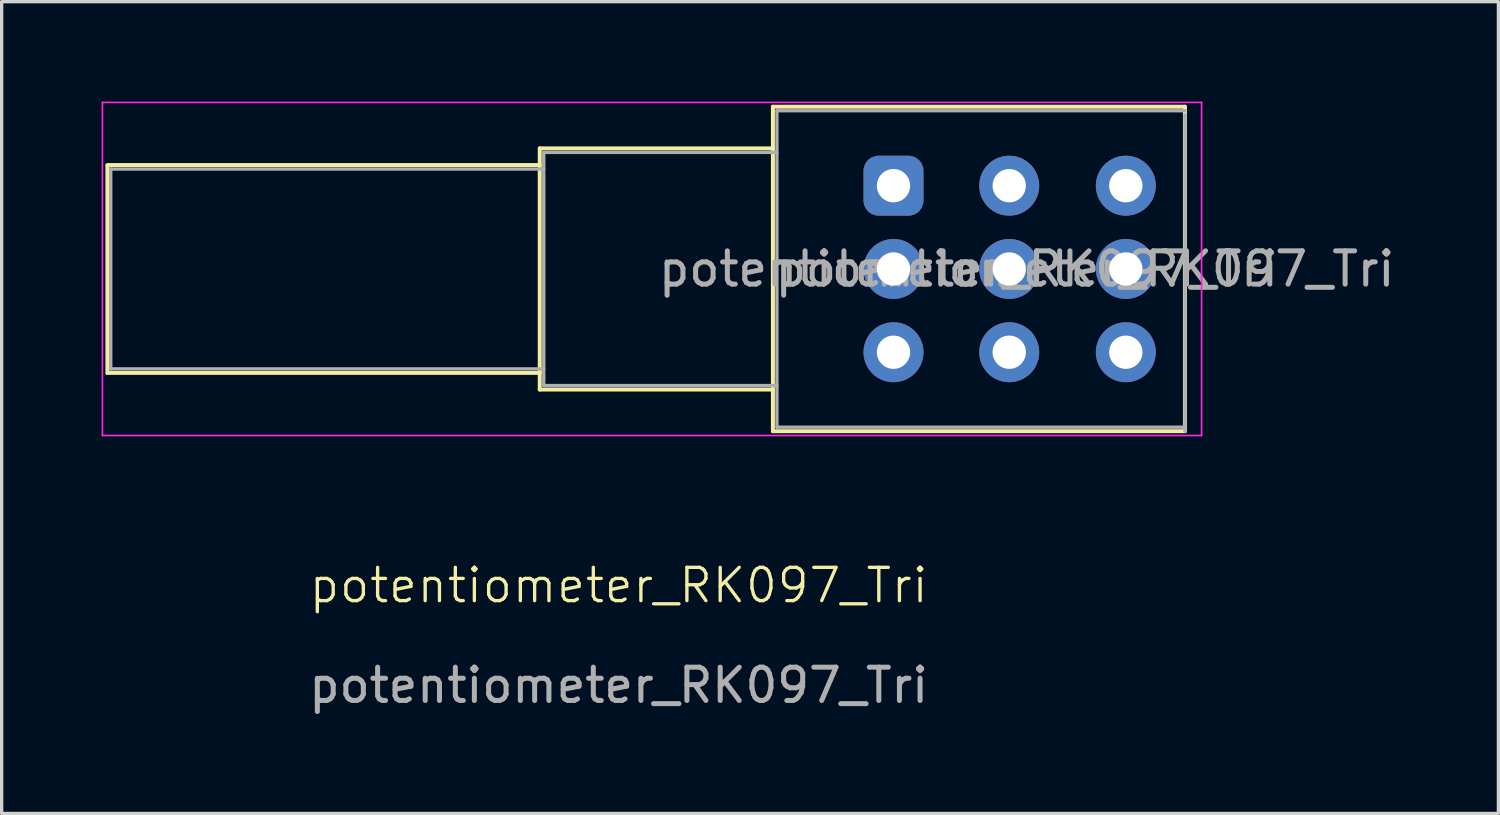
<source format=kicad_pcb>
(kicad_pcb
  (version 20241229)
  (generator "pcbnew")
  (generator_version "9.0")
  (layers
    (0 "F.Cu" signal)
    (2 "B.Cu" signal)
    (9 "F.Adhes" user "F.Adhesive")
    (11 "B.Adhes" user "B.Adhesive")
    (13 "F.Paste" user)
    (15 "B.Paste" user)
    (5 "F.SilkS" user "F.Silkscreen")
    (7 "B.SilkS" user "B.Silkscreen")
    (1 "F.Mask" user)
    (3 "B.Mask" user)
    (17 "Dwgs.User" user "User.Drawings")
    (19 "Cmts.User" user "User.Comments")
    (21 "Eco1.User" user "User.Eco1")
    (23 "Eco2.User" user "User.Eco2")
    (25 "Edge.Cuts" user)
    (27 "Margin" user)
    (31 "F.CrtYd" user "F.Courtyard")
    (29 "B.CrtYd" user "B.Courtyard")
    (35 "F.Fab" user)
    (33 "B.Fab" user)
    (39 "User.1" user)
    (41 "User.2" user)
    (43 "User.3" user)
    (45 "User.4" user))
  (footprint "potentiometer_RK097_Tri"
    (layer "F.Cu")
    (at 15.525 15.025)
    (property "Reference" "potentiometer_RK097_Tri" (at 0 -0.5 0) (unlocked yes) (layer "F.SilkS") (effects (font (size 1 1) (thickness 0.1))))
    (attr through_hole)
    (fp_line (start -15.35 -6.88) (end -15.35 -13.1) (stroke (width 0.12) (type solid)) (layer "F.SilkS"))
    (fp_line (start -2.37 -13.12) (end -15.35 -13.12) (stroke (width 0.12) (type solid)) (layer "F.SilkS"))
    (fp_line (start -2.37 -6.88) (end -15.35 -6.88) (stroke (width 0.12) (type solid)) (layer "F.SilkS"))
    (fp_line (start -2.37 -6.38) (end -2.37 -13.62) (stroke (width 0.12) (type solid)) (layer "F.SilkS"))
    (fp_line (start 4.63 -13.62) (end -2.37 -13.62) (stroke (width 0.12) (type solid)) (layer "F.SilkS"))
    (fp_line (start 4.63 -6.38) (end -2.37 -6.38) (stroke (width 0.12) (type solid)) (layer "F.SilkS"))
    (fp_line (start 4.63 -5.13) (end 4.63 -14.87) (stroke (width 0.12) (type solid)) (layer "F.SilkS"))
    (fp_line (start 17 -14.87) (end 4.63 -14.87) (stroke (width 0.12) (type solid)) (layer "F.SilkS"))
    (fp_line (start 17 -5.13) (end 4.63 -5.13) (stroke (width 0.12) (type solid)) (layer "F.SilkS"))
    (fp_line (start 17 -5.13) (end 17 -14.87) (stroke (width 0.12) (type solid)) (layer "F.SilkS"))
    (fp_line (start -15.5 -15) (end -15.5 -5) (stroke (width 0.05) (type solid)) (layer "F.CrtYd"))
    (fp_line (start -15.5 -5) (end 17.5 -5) (stroke (width 0.05) (type solid)) (layer "F.CrtYd"))
    (fp_line (start 17.5 -15) (end -15.5 -15) (stroke (width 0.05) (type solid)) (layer "F.CrtYd"))
    (fp_line (start 17.5 -5) (end 17.5 -15) (stroke (width 0.05) (type solid)) (layer "F.CrtYd"))
    (fp_line (start -15.25 -13) (end -15.25 -7) (stroke (width 0.1) (type solid)) (layer "F.Fab"))
    (fp_line (start -15.25 -7) (end -2.25 -7) (stroke (width 0.1) (type solid)) (layer "F.Fab"))
    (fp_line (start -2.25 -13.5) (end -2.25 -6.5) (stroke (width 0.1) (type solid)) (layer "F.Fab"))
    (fp_line (start -2.25 -13) (end -15.25 -13) (stroke (width 0.1) (type solid)) (layer "F.Fab"))
    (fp_line (start -2.25 -6.5) (end 4.75 -6.5) (stroke (width 0.1) (type solid)) (layer "F.Fab"))
    (fp_line (start 4.75 -14.75) (end 4.75 -5.25) (stroke (width 0.1) (type solid)) (layer "F.Fab"))
    (fp_line (start 4.75 -13.5) (end -2.25 -13.5) (stroke (width 0.1) (type solid)) (layer "F.Fab"))
    (fp_line (start 4.75 -5.25) (end 17 -5.25) (stroke (width 0.1) (type solid)) (layer "F.Fab"))
    (fp_line (start 17 -14.75) (end 4.75 -14.75) (stroke (width 0.1) (type solid)) (layer "F.Fab"))
    (fp_line (start 17 -5.13) (end 17 -14.63) (stroke (width 0.1) (type solid)) (layer "F.Fab"))
    (fp_text user "${REFERENCE}" (at 0 2.5 0) (unlocked yes) (layer "F.Fab") (effects (font (size 1 1) (thickness 0.15))))
    (fp_text user "${REFERENCE}" (at 10.5 -10 180) (layer "F.Fab") (effects (font (size 1 1) (thickness 0.15))))
    (fp_text user "${REFERENCE}" (at 14 -10 180) (layer "F.Fab") (effects (font (size 1 1) (thickness 0.15))))
    (pad "1" thru_hole roundrect (at 8.25 -12.5 180) (size 1.8 1.8) (drill 1) (layers "*.Cu" "*.Mask") (roundrect_rratio 0.25))
    (pad "2" thru_hole circle (at 8.25 -10 180) (size 1.8 1.8) (drill 1) (layers "*.Cu" "*.Mask"))
    (pad "3" thru_hole circle (at 8.25 -7.5 180) (size 1.8 1.8) (drill 1) (layers "*.Cu" "*.Mask"))
    (pad "4" thru_hole circle (at 11.725 -12.5 180) (size 1.8 1.8) (drill 1) (layers "*.Cu" "*.Mask"))
    (pad "5" thru_hole circle (at 11.725 -10 180) (size 1.8 1.8) (drill 1) (layers "*.Cu" "*.Mask"))
    (pad "6" thru_hole circle (at 11.725 -7.5 180) (size 1.8 1.8) (drill 1) (layers "*.Cu" "*.Mask"))
    (pad "7" thru_hole circle (at 15.225 -12.5 180) (size 1.8 1.8) (drill 1) (layers "*.Cu" "*.Mask"))
    (pad "8" thru_hole circle (at 15.225 -10 180) (size 1.8 1.8) (drill 1) (layers "*.Cu" "*.Mask"))
    (pad "9" thru_hole circle (at 15.225 -7.5 180) (size 1.8 1.8) (drill 1) (layers "*.Cu" "*.Mask")))
  (gr_rect
    (start -3 -3)
    (end 41.936 21.373)
    (stroke (width 0.1) (type default))
    (fill no)
    (layer "Edge.Cuts")))
</source>
